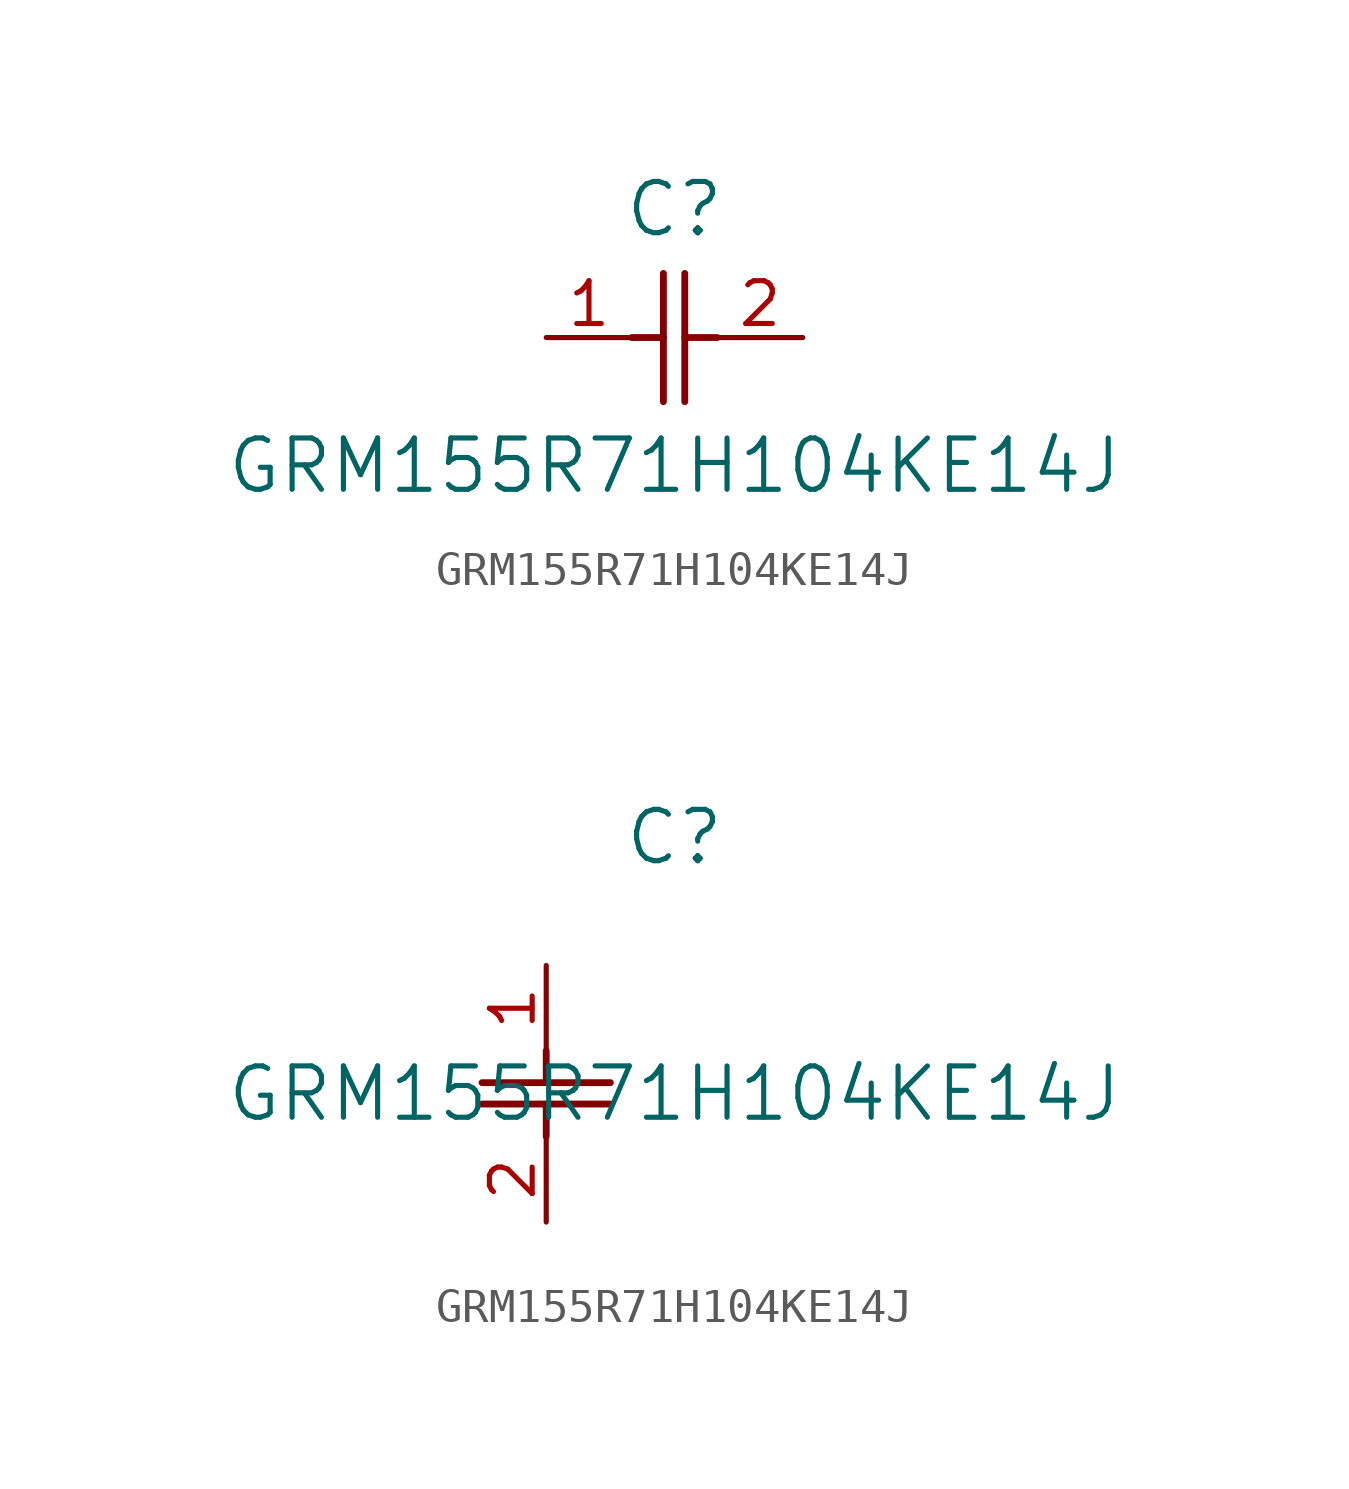
<source format=kicad_sym>
(kicad_symbol_lib
  (version 20211014)
  (generator kicad_symbol_editor)
  (symbol "GRM155R71H104KE14J"
    (pin_names
      (offset 0.254))
    (property "Reference" "C"
      (at 3.81 3.81 0)
      (effects (font (size 1.524 1.524))))
    (property "Value" "GRM155R71H104KE14J"
      (at 3.81 -3.81 0)
      (effects (font (size 1.524 1.524))))
    (symbol "GRM155R71H104KE14J_1_1"
      (polyline (pts (xy 3.48 -1.905) (xy 3.48 1.905)) (stroke (width 0.203) (type default) (color 0 0 0 0)) (fill (type none)))
      (polyline (pts (xy 4.115 -1.905) (xy 4.115 1.905)) (stroke (width 0.203) (type default) (color 0 0 0 0)) (fill (type none)))
      (polyline (pts (xy 4.115 0) (xy 5.08 0)) (stroke (width 0.203) (type default) (color 0 0 0 0)) (fill (type none)))
      (polyline (pts (xy 2.54 0) (xy 3.48 0)) (stroke (width 0.203) (type default) (color 0 0 0 0)) (fill (type none)))
      (pin unspecified line (at 0 0 0) (length 2.54) (name "" (effects (font (size 1.27 1.27)))) (number "1" (effects (font (size 1.27 1.27)))))
      (pin unspecified line (at 7.62 0 180) (length 2.54) (name "" (effects (font (size 1.27 1.27)))) (number "2" (effects (font (size 1.27 1.27))))))
    (symbol "GRM155R71H104KE14J_1_2"
      (polyline (pts (xy -1.905 -3.48) (xy 1.905 -3.48)) (stroke (width 0.203) (type default) (color 0 0 0 0)) (fill (type none)))
      (polyline (pts (xy -1.905 -4.115) (xy 1.905 -4.115)) (stroke (width 0.203) (type default) (color 0 0 0 0)) (fill (type none)))
      (polyline (pts (xy 0 -4.115) (xy 0 -5.08)) (stroke (width 0.203) (type default) (color 0 0 0 0)) (fill (type none)))
      (polyline (pts (xy 0 -2.54) (xy 0 -3.48)) (stroke (width 0.203) (type default) (color 0 0 0 0)) (fill (type none)))
      (pin unspecified line (at 0 0 270) (length 2.54) (name "" (effects (font (size 1.27 1.27)))) (number "1" (effects (font (size 1.27 1.27)))))
      (pin unspecified line (at 0 -7.62 90) (length 2.54) (name "" (effects (font (size 1.27 1.27)))) (number "2" (effects (font (size 1.27 1.27))))))))
</source>
